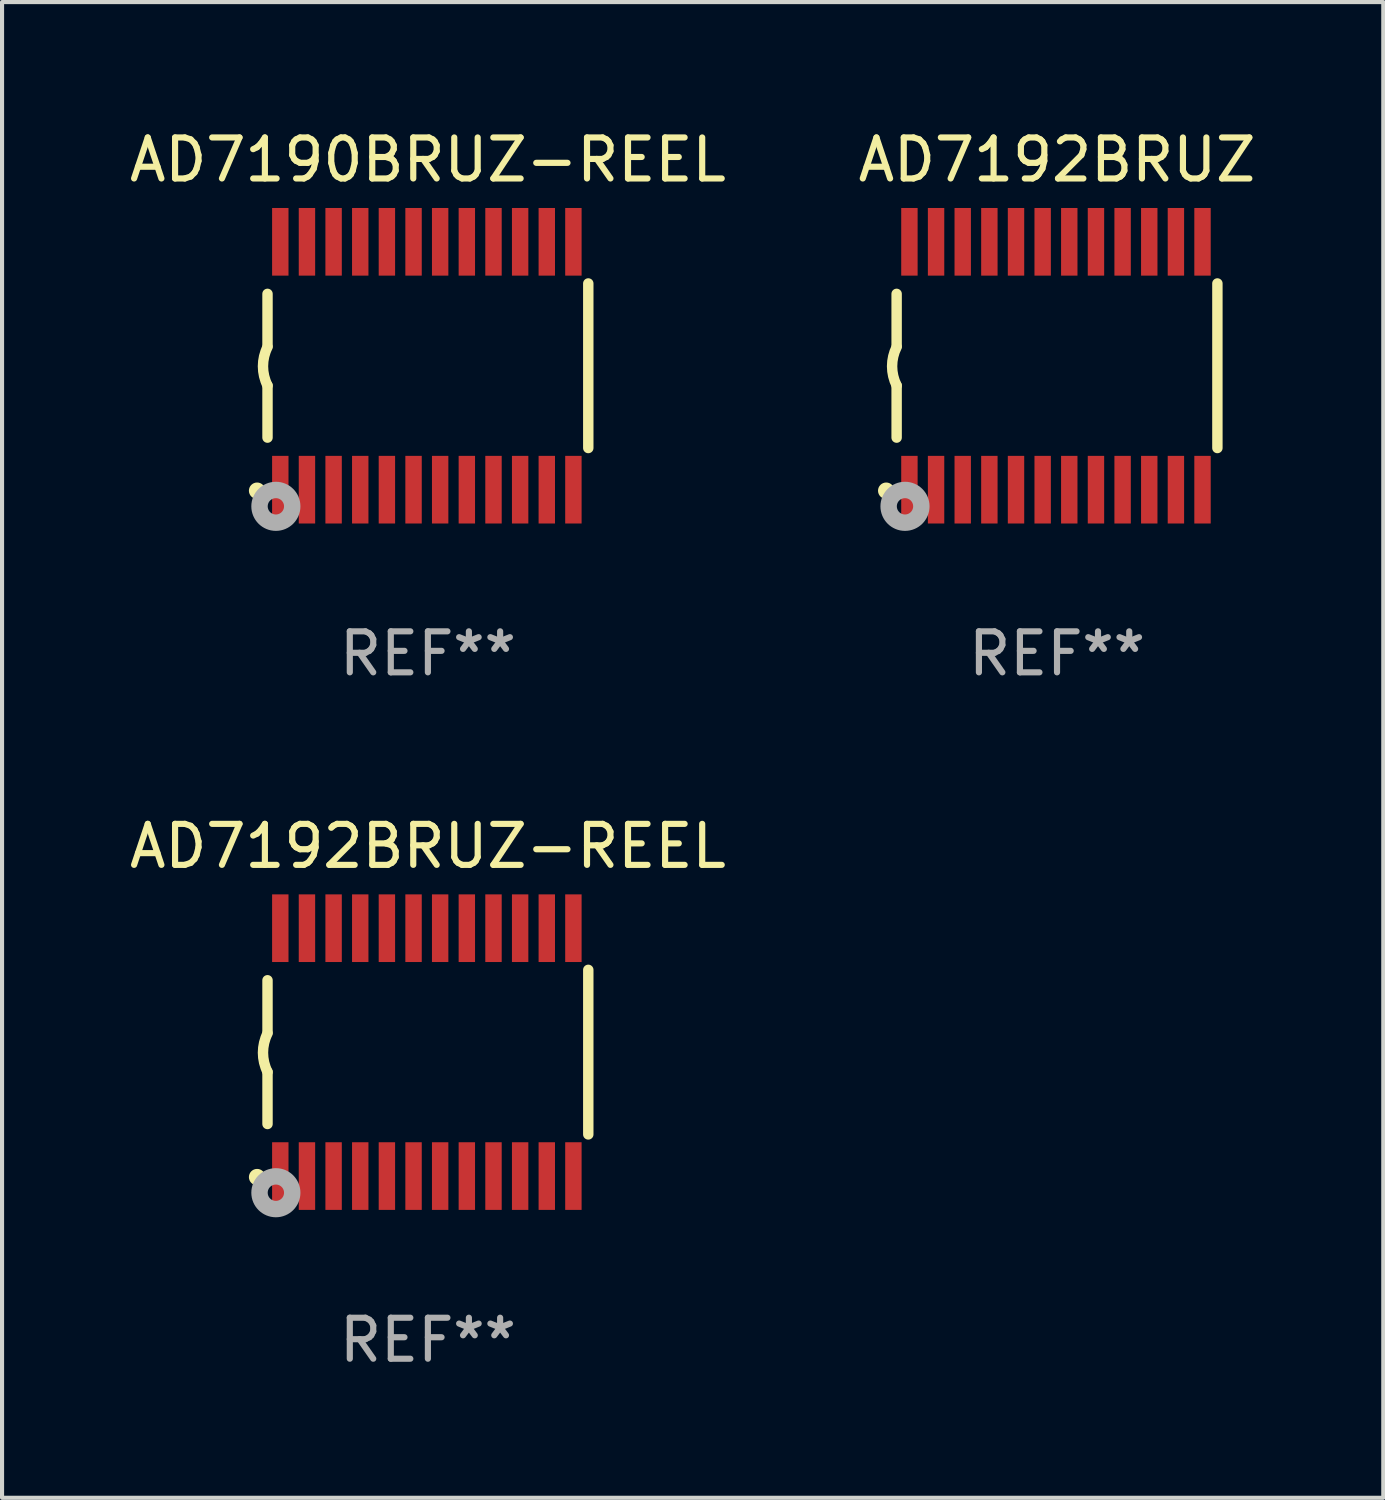
<source format=kicad_pcb>
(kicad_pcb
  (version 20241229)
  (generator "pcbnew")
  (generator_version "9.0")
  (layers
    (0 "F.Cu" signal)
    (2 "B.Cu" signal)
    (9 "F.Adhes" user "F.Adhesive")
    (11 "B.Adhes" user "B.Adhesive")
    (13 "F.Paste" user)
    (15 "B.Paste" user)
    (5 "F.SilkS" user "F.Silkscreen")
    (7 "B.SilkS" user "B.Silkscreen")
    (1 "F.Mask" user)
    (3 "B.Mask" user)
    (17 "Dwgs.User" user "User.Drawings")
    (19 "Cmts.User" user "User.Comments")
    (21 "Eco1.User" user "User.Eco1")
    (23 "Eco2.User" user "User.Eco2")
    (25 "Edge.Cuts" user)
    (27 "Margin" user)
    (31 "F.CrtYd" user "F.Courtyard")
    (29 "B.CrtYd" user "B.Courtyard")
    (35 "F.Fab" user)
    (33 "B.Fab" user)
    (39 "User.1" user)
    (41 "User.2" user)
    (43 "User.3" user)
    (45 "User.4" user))
  (footprint "AD7192BRUZ-REEL"
    (layer "F.Cu")
    (at 7.387 22.613)
    (property "Reference" "AD7192BRUZ-REEL" (at 0 -5.023 0) (layer "F.SilkS") (effects (font (size 1 1) (thickness 0.15))))
    (attr through_hole)
    (fp_line (start -3.912 -0.483) (end -3.912 -1.753) (stroke (width 0.254) (type solid)) (layer "F.SilkS"))
    (fp_line (start -3.912 1.753) (end -3.912 0.483) (stroke (width 0.254) (type solid)) (layer "F.SilkS"))
    (fp_line (start 3.912 -2.007) (end 3.912 2.007) (stroke (width 0.254) (type solid)) (layer "F.SilkS"))
    (fp_arc (start -3.911608 0.482601) (mid -4.022537 0.0127) (end -3.911608 -0.457201) (stroke (width 0.254001) (type solid)) (layer "F.SilkS"))
    (fp_circle (center -4.166 3.048) (end -4.066 3.048) (stroke (width 0.2) (type solid)) (fill no) (layer "F.SilkS"))
    (fp_circle (center -3.925 3.186) (end -3.895 3.186) (stroke (width 0.06) (type solid)) (fill no) (layer "F.SilkS"))
    (fp_circle (center -3.708 3.429) (end -3.509 3.429) (stroke (width 0.4) (type solid)) (fill no) (layer "F.Fab"))
    (fp_text user "REF**" (at 0 7.023 0) (layer "F.Fab") (effects (font (size 1 1) (thickness 0.15))))
    (pad "1" smd rect (at -3.6 3.023) (size 0.4 1.65) (layers "F.Cu" "F.Mask" "F.Paste"))
    (pad "2" smd rect (at -2.95 3.023) (size 0.4 1.65) (layers "F.Cu" "F.Mask" "F.Paste"))
    (pad "3" smd rect (at -2.3 3.023) (size 0.4 1.65) (layers "F.Cu" "F.Mask" "F.Paste"))
    (pad "4" smd rect (at -1.65 3.023) (size 0.4 1.65) (layers "F.Cu" "F.Mask" "F.Paste"))
    (pad "5" smd rect (at -1 3.023) (size 0.4 1.65) (layers "F.Cu" "F.Mask" "F.Paste"))
    (pad "6" smd rect (at -0.35 3.023) (size 0.4 1.65) (layers "F.Cu" "F.Mask" "F.Paste"))
    (pad "7" smd rect (at 0.299 3.023) (size 0.4 1.65) (layers "F.Cu" "F.Mask" "F.Paste"))
    (pad "8" smd rect (at 0.95 3.023) (size 0.4 1.65) (layers "F.Cu" "F.Mask" "F.Paste"))
    (pad "9" smd rect (at 1.6 3.023) (size 0.4 1.65) (layers "F.Cu" "F.Mask" "F.Paste"))
    (pad "10" smd rect (at 2.25 3.023) (size 0.4 1.65) (layers "F.Cu" "F.Mask" "F.Paste"))
    (pad "11" smd rect (at 2.9 3.023) (size 0.4 1.65) (layers "F.Cu" "F.Mask" "F.Paste"))
    (pad "12" smd rect (at 3.549 3.023) (size 0.4 1.65) (layers "F.Cu" "F.Mask" "F.Paste"))
    (pad "13" smd rect (at 3.549 -3.023) (size 0.4 1.65) (layers "F.Cu" "F.Mask" "F.Paste"))
    (pad "14" smd rect (at 2.9 -3.023) (size 0.4 1.65) (layers "F.Cu" "F.Mask" "F.Paste"))
    (pad "15" smd rect (at 2.25 -3.023) (size 0.4 1.65) (layers "F.Cu" "F.Mask" "F.Paste"))
    (pad "16" smd rect (at 1.6 -3.023) (size 0.4 1.65) (layers "F.Cu" "F.Mask" "F.Paste"))
    (pad "17" smd rect (at 0.95 -3.023) (size 0.4 1.65) (layers "F.Cu" "F.Mask" "F.Paste"))
    (pad "18" smd rect (at 0.299 -3.023) (size 0.4 1.65) (layers "F.Cu" "F.Mask" "F.Paste"))
    (pad "19" smd rect (at -0.35 -3.023) (size 0.4 1.65) (layers "F.Cu" "F.Mask" "F.Paste"))
    (pad "20" smd rect (at -1 -3.023) (size 0.4 1.65) (layers "F.Cu" "F.Mask" "F.Paste"))
    (pad "21" smd rect (at -1.65 -3.023) (size 0.4 1.65) (layers "F.Cu" "F.Mask" "F.Paste"))
    (pad "22" smd rect (at -2.3 -3.023) (size 0.4 1.65) (layers "F.Cu" "F.Mask" "F.Paste"))
    (pad "23" smd rect (at -2.95 -3.023) (size 0.4 1.65) (layers "F.Cu" "F.Mask" "F.Paste"))
    (pad "24" smd rect (at -3.6 -3.023) (size 0.4 1.65) (layers "F.Cu" "F.Mask" "F.Paste")))
  (footprint "AD7192BRUZ"
    (layer "F.Cu")
    (at 22.732 5.871)
    (property "Reference" "AD7192BRUZ" (at 0 -5.023 0) (layer "F.SilkS") (effects (font (size 1 1) (thickness 0.15))))
    (attr through_hole)
    (fp_line (start -3.912 -0.483) (end -3.912 -1.753) (stroke (width 0.254) (type solid)) (layer "F.SilkS"))
    (fp_line (start -3.912 1.753) (end -3.912 0.483) (stroke (width 0.254) (type solid)) (layer "F.SilkS"))
    (fp_line (start 3.912 -2.007) (end 3.912 2.007) (stroke (width 0.254) (type solid)) (layer "F.SilkS"))
    (fp_arc (start -3.911608 0.482601) (mid -4.022537 0.0127) (end -3.911608 -0.457201) (stroke (width 0.254001) (type solid)) (layer "F.SilkS"))
    (fp_circle (center -4.166 3.048) (end -4.066 3.048) (stroke (width 0.2) (type solid)) (fill no) (layer "F.SilkS"))
    (fp_circle (center -3.925 3.186) (end -3.895 3.186) (stroke (width 0.06) (type solid)) (fill no) (layer "F.SilkS"))
    (fp_circle (center -3.708 3.429) (end -3.509 3.429) (stroke (width 0.4) (type solid)) (fill no) (layer "F.Fab"))
    (fp_text user "REF**" (at 0 7.023 0) (layer "F.Fab") (effects (font (size 1 1) (thickness 0.15))))
    (pad "1" smd rect (at -3.6 3.023) (size 0.4 1.65) (layers "F.Cu" "F.Mask" "F.Paste"))
    (pad "2" smd rect (at -2.95 3.023) (size 0.4 1.65) (layers "F.Cu" "F.Mask" "F.Paste"))
    (pad "3" smd rect (at -2.3 3.023) (size 0.4 1.65) (layers "F.Cu" "F.Mask" "F.Paste"))
    (pad "4" smd rect (at -1.65 3.023) (size 0.4 1.65) (layers "F.Cu" "F.Mask" "F.Paste"))
    (pad "5" smd rect (at -1 3.023) (size 0.4 1.65) (layers "F.Cu" "F.Mask" "F.Paste"))
    (pad "6" smd rect (at -0.35 3.023) (size 0.4 1.65) (layers "F.Cu" "F.Mask" "F.Paste"))
    (pad "7" smd rect (at 0.299 3.023) (size 0.4 1.65) (layers "F.Cu" "F.Mask" "F.Paste"))
    (pad "8" smd rect (at 0.95 3.023) (size 0.4 1.65) (layers "F.Cu" "F.Mask" "F.Paste"))
    (pad "9" smd rect (at 1.6 3.023) (size 0.4 1.65) (layers "F.Cu" "F.Mask" "F.Paste"))
    (pad "10" smd rect (at 2.25 3.023) (size 0.4 1.65) (layers "F.Cu" "F.Mask" "F.Paste"))
    (pad "11" smd rect (at 2.9 3.023) (size 0.4 1.65) (layers "F.Cu" "F.Mask" "F.Paste"))
    (pad "12" smd rect (at 3.549 3.023) (size 0.4 1.65) (layers "F.Cu" "F.Mask" "F.Paste"))
    (pad "13" smd rect (at 3.549 -3.023) (size 0.4 1.65) (layers "F.Cu" "F.Mask" "F.Paste"))
    (pad "14" smd rect (at 2.9 -3.023) (size 0.4 1.65) (layers "F.Cu" "F.Mask" "F.Paste"))
    (pad "15" smd rect (at 2.25 -3.023) (size 0.4 1.65) (layers "F.Cu" "F.Mask" "F.Paste"))
    (pad "16" smd rect (at 1.6 -3.023) (size 0.4 1.65) (layers "F.Cu" "F.Mask" "F.Paste"))
    (pad "17" smd rect (at 0.95 -3.023) (size 0.4 1.65) (layers "F.Cu" "F.Mask" "F.Paste"))
    (pad "18" smd rect (at 0.299 -3.023) (size 0.4 1.65) (layers "F.Cu" "F.Mask" "F.Paste"))
    (pad "19" smd rect (at -0.35 -3.023) (size 0.4 1.65) (layers "F.Cu" "F.Mask" "F.Paste"))
    (pad "20" smd rect (at -1 -3.023) (size 0.4 1.65) (layers "F.Cu" "F.Mask" "F.Paste"))
    (pad "21" smd rect (at -1.65 -3.023) (size 0.4 1.65) (layers "F.Cu" "F.Mask" "F.Paste"))
    (pad "22" smd rect (at -2.3 -3.023) (size 0.4 1.65) (layers "F.Cu" "F.Mask" "F.Paste"))
    (pad "23" smd rect (at -2.95 -3.023) (size 0.4 1.65) (layers "F.Cu" "F.Mask" "F.Paste"))
    (pad "24" smd rect (at -3.6 -3.023) (size 0.4 1.65) (layers "F.Cu" "F.Mask" "F.Paste")))
  (footprint "AD7190BRUZ-REEL"
    (layer "F.Cu")
    (at 7.387 5.871)
    (property "Reference" "AD7190BRUZ-REEL" (at 0 -5.023 0) (layer "F.SilkS") (effects (font (size 1 1) (thickness 0.15))))
    (attr through_hole)
    (fp_line (start -3.912 -0.483) (end -3.912 -1.753) (stroke (width 0.254) (type solid)) (layer "F.SilkS"))
    (fp_line (start -3.912 1.753) (end -3.912 0.483) (stroke (width 0.254) (type solid)) (layer "F.SilkS"))
    (fp_line (start 3.912 -2.007) (end 3.912 2.007) (stroke (width 0.254) (type solid)) (layer "F.SilkS"))
    (fp_arc (start -3.911608 0.482601) (mid -4.022537 0.0127) (end -3.911608 -0.457201) (stroke (width 0.254001) (type solid)) (layer "F.SilkS"))
    (fp_circle (center -4.166 3.048) (end -4.066 3.048) (stroke (width 0.2) (type solid)) (fill no) (layer "F.SilkS"))
    (fp_circle (center -3.925 3.186) (end -3.895 3.186) (stroke (width 0.06) (type solid)) (fill no) (layer "F.SilkS"))
    (fp_circle (center -3.708 3.429) (end -3.509 3.429) (stroke (width 0.4) (type solid)) (fill no) (layer "F.Fab"))
    (fp_text user "REF**" (at 0 7.023 0) (layer "F.Fab") (effects (font (size 1 1) (thickness 0.15))))
    (pad "1" smd rect (at -3.6 3.023) (size 0.4 1.65) (layers "F.Cu" "F.Mask" "F.Paste"))
    (pad "2" smd rect (at -2.95 3.023) (size 0.4 1.65) (layers "F.Cu" "F.Mask" "F.Paste"))
    (pad "3" smd rect (at -2.3 3.023) (size 0.4 1.65) (layers "F.Cu" "F.Mask" "F.Paste"))
    (pad "4" smd rect (at -1.65 3.023) (size 0.4 1.65) (layers "F.Cu" "F.Mask" "F.Paste"))
    (pad "5" smd rect (at -1 3.023) (size 0.4 1.65) (layers "F.Cu" "F.Mask" "F.Paste"))
    (pad "6" smd rect (at -0.35 3.023) (size 0.4 1.65) (layers "F.Cu" "F.Mask" "F.Paste"))
    (pad "7" smd rect (at 0.299 3.023) (size 0.4 1.65) (layers "F.Cu" "F.Mask" "F.Paste"))
    (pad "8" smd rect (at 0.95 3.023) (size 0.4 1.65) (layers "F.Cu" "F.Mask" "F.Paste"))
    (pad "9" smd rect (at 1.6 3.023) (size 0.4 1.65) (layers "F.Cu" "F.Mask" "F.Paste"))
    (pad "10" smd rect (at 2.25 3.023) (size 0.4 1.65) (layers "F.Cu" "F.Mask" "F.Paste"))
    (pad "11" smd rect (at 2.9 3.023) (size 0.4 1.65) (layers "F.Cu" "F.Mask" "F.Paste"))
    (pad "12" smd rect (at 3.549 3.023) (size 0.4 1.65) (layers "F.Cu" "F.Mask" "F.Paste"))
    (pad "13" smd rect (at 3.549 -3.023) (size 0.4 1.65) (layers "F.Cu" "F.Mask" "F.Paste"))
    (pad "14" smd rect (at 2.9 -3.023) (size 0.4 1.65) (layers "F.Cu" "F.Mask" "F.Paste"))
    (pad "15" smd rect (at 2.25 -3.023) (size 0.4 1.65) (layers "F.Cu" "F.Mask" "F.Paste"))
    (pad "16" smd rect (at 1.6 -3.023) (size 0.4 1.65) (layers "F.Cu" "F.Mask" "F.Paste"))
    (pad "17" smd rect (at 0.95 -3.023) (size 0.4 1.65) (layers "F.Cu" "F.Mask" "F.Paste"))
    (pad "18" smd rect (at 0.299 -3.023) (size 0.4 1.65) (layers "F.Cu" "F.Mask" "F.Paste"))
    (pad "19" smd rect (at -0.35 -3.023) (size 0.4 1.65) (layers "F.Cu" "F.Mask" "F.Paste"))
    (pad "20" smd rect (at -1 -3.023) (size 0.4 1.65) (layers "F.Cu" "F.Mask" "F.Paste"))
    (pad "21" smd rect (at -1.65 -3.023) (size 0.4 1.65) (layers "F.Cu" "F.Mask" "F.Paste"))
    (pad "22" smd rect (at -2.3 -3.023) (size 0.4 1.65) (layers "F.Cu" "F.Mask" "F.Paste"))
    (pad "23" smd rect (at -2.95 -3.023) (size 0.4 1.65) (layers "F.Cu" "F.Mask" "F.Paste"))
    (pad "24" smd rect (at -3.6 -3.023) (size 0.4 1.65) (layers "F.Cu" "F.Mask" "F.Paste")))
  (gr_rect
    (start -3 -3)
    (end 30.69 33.483)
    (stroke (width 0.1) (type default))
    (fill no)
    (layer "Edge.Cuts")))
</source>
